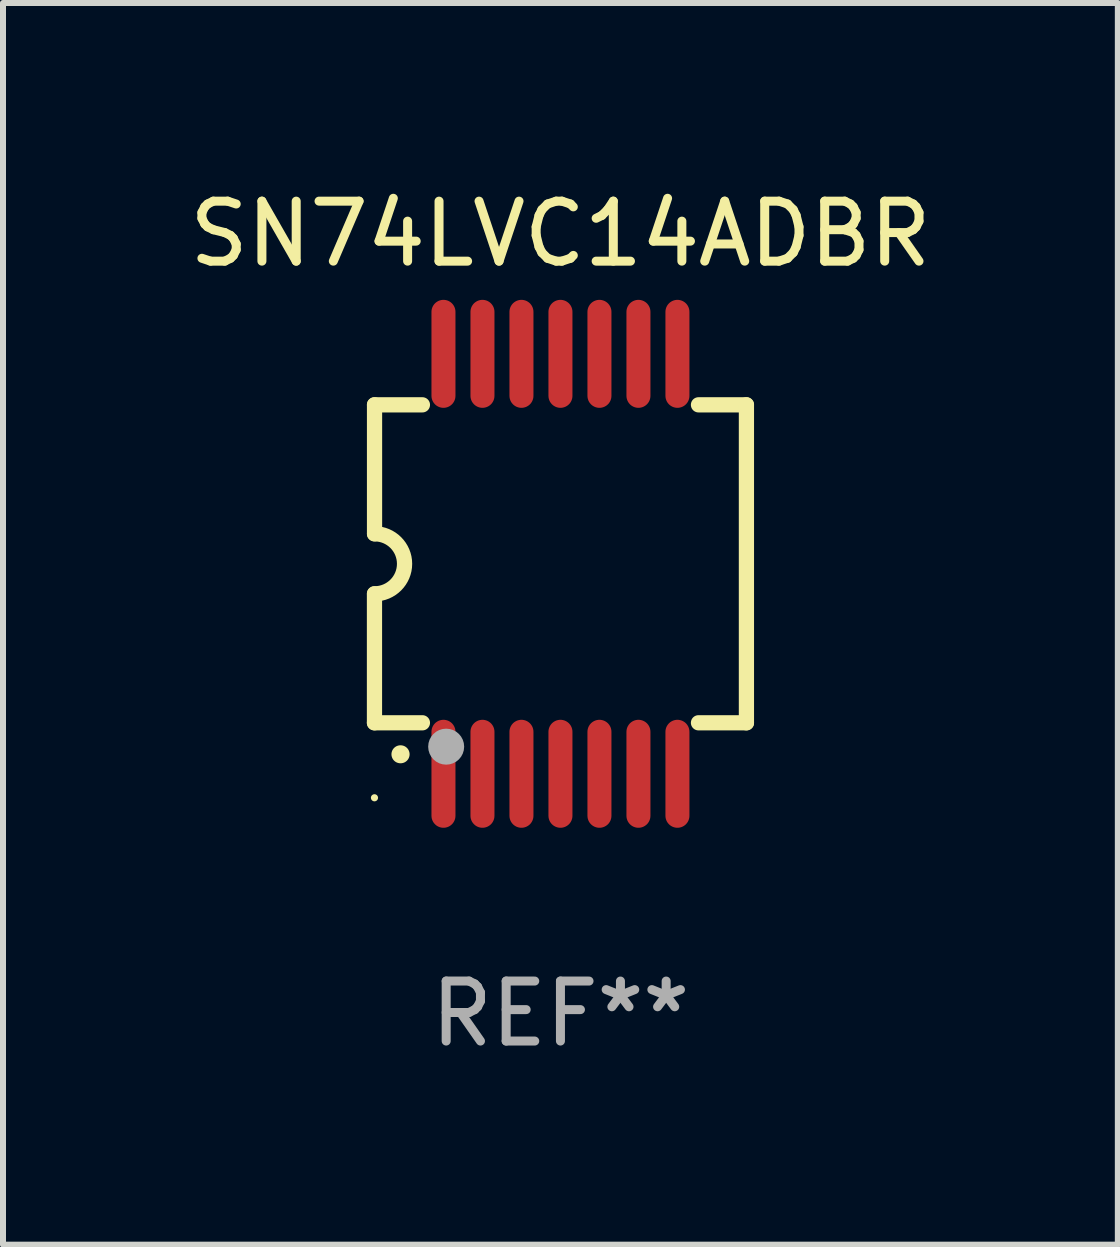
<source format=kicad_pcb>
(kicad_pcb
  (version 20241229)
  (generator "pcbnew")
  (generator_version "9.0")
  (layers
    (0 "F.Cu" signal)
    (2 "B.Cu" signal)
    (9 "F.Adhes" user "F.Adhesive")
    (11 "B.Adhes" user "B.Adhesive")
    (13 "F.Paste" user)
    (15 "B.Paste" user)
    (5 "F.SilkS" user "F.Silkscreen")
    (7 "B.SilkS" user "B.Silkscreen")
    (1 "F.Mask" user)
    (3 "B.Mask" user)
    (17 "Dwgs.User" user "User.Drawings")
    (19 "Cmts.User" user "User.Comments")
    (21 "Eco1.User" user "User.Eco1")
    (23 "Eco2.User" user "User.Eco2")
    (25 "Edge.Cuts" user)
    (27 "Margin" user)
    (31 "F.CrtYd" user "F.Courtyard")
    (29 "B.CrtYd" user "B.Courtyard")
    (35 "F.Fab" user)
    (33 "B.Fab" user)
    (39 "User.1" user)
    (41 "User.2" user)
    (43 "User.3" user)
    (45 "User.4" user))
  (footprint "SN74LVC14ADBR"
    (layer "F.Cu")
    (at 6.292 6.348)
    (property "Reference" "SN74LVC14ADBR" (at 0 -5.5 0) (layer "F.SilkS") (effects (font (size 1 1) (thickness 0.15))))
    (attr through_hole)
    (fp_line (start -3.1 2.65) (end -3.1 0.5) (stroke (width 0.254) (type solid)) (layer "F.SilkS"))
    (fp_line (start -3.099 -2.65) (end -2.301 -2.65) (stroke (width 0.254) (type solid)) (layer "F.SilkS"))
    (fp_line (start -3.099 -0.5) (end -3.099 -2.65) (stroke (width 0.254) (type solid)) (layer "F.SilkS"))
    (fp_line (start -2.301 2.65) (end -3.1 2.65) (stroke (width 0.254) (type solid)) (layer "F.SilkS"))
    (fp_line (start 2.301 -2.65) (end 3.1 -2.65) (stroke (width 0.254) (type solid)) (layer "F.SilkS"))
    (fp_line (start 3.1 -2.65) (end 3.1 2.65) (stroke (width 0.254) (type solid)) (layer "F.SilkS"))
    (fp_line (start 3.1 2.65) (end 2.301 2.65) (stroke (width 0.254) (type solid)) (layer "F.SilkS"))
    (fp_arc (start -3.098806 -0.500381) (mid -2.598806 0) (end -3.098806 0.500381) (stroke (width 0.254001) (type solid)) (layer "F.SilkS"))
    (fp_arc (start -2.667005 3.175006) (mid -2.665735 3.175001) (end -2.664465 3.175006) (stroke (width 0.3) (type solid)) (layer "F.SilkS"))
    (fp_circle (center -3.1 3.9) (end -3.07 3.9) (stroke (width 0.06) (type solid)) (fill no) (layer "F.SilkS"))
    (fp_circle (center -1.905 3.048) (end -1.755 3.048) (stroke (width 0.3) (type solid)) (fill no) (layer "F.Fab"))
    (fp_text user "REF**" (at 0 7.5 0) (layer "F.Fab") (effects (font (size 1 1) (thickness 0.15))))
    (pad "1" smd oval (at -1.95 3.5 270) (size 1.8 0.4) (layers "F.Cu" "F.Mask" "F.Paste"))
    (pad "2" smd oval (at -1.3 3.5 270) (size 1.8 0.4) (layers "F.Cu" "F.Mask" "F.Paste"))
    (pad "3" smd oval (at -0.65 3.5 270) (size 1.8 0.4) (layers "F.Cu" "F.Mask" "F.Paste"))
    (pad "4" smd oval (at 0 3.5 270) (size 1.8 0.4) (layers "F.Cu" "F.Mask" "F.Paste"))
    (pad "5" smd oval (at 0.65 3.5 270) (size 1.8 0.4) (layers "F.Cu" "F.Mask" "F.Paste"))
    (pad "6" smd oval (at 1.3 3.5 270) (size 1.8 0.4) (layers "F.Cu" "F.Mask" "F.Paste"))
    (pad "7" smd oval (at 1.95 3.5 270) (size 1.8 0.4) (layers "F.Cu" "F.Mask" "F.Paste"))
    (pad "8" smd oval (at 1.95 -3.5 90) (size 1.8 0.4) (layers "F.Cu" "F.Mask" "F.Paste"))
    (pad "9" smd oval (at 1.3 -3.5 90) (size 1.8 0.4) (layers "F.Cu" "F.Mask" "F.Paste"))
    (pad "10" smd oval (at 0.65 -3.5 90) (size 1.8 0.4) (layers "F.Cu" "F.Mask" "F.Paste"))
    (pad "11" smd oval (at 0 -3.5 90) (size 1.8 0.4) (layers "F.Cu" "F.Mask" "F.Paste"))
    (pad "12" smd oval (at -0.65 -3.5 90) (size 1.8 0.4) (layers "F.Cu" "F.Mask" "F.Paste"))
    (pad "13" smd oval (at -1.3 -3.5 90) (size 1.8 0.4) (layers "F.Cu" "F.Mask" "F.Paste"))
    (pad "14" smd oval (at -1.95 -3.5 90) (size 1.8 0.4) (layers "F.Cu" "F.Mask" "F.Paste")))
  (gr_rect
    (start -3 -3)
    (end 15.583 17.697)
    (stroke (width 0.1) (type default))
    (fill no)
    (layer "Edge.Cuts")))
</source>
